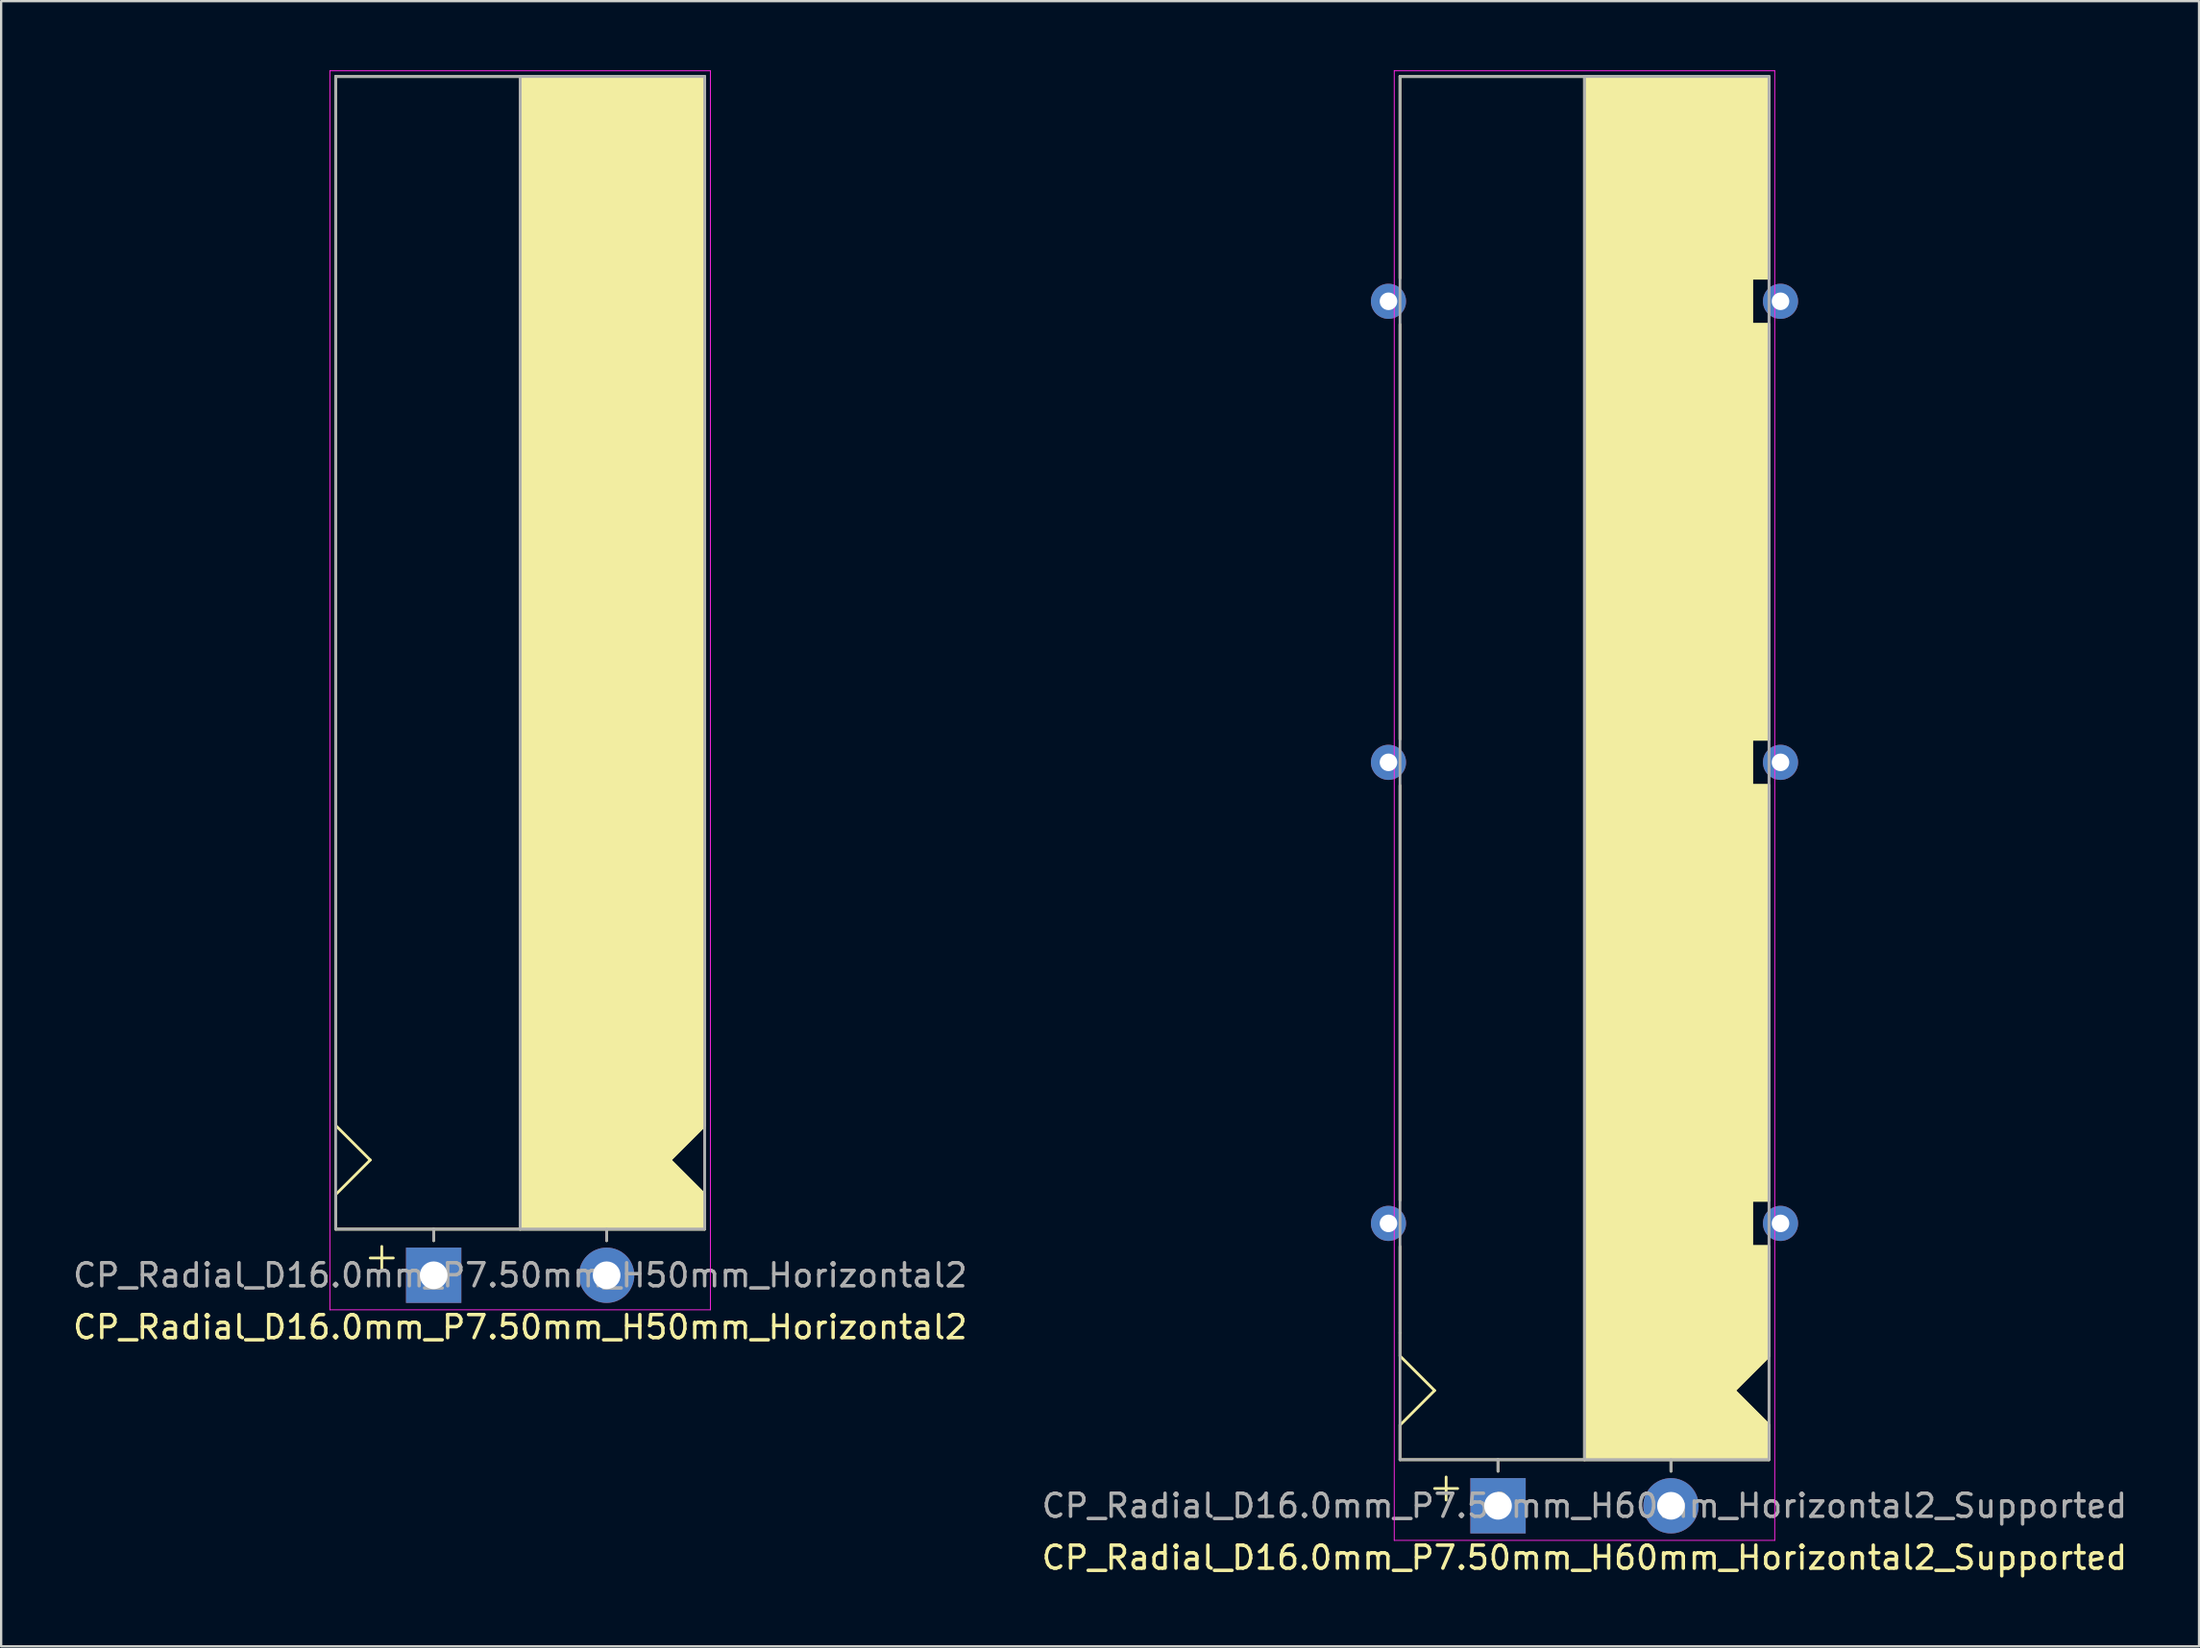
<source format=kicad_pcb>
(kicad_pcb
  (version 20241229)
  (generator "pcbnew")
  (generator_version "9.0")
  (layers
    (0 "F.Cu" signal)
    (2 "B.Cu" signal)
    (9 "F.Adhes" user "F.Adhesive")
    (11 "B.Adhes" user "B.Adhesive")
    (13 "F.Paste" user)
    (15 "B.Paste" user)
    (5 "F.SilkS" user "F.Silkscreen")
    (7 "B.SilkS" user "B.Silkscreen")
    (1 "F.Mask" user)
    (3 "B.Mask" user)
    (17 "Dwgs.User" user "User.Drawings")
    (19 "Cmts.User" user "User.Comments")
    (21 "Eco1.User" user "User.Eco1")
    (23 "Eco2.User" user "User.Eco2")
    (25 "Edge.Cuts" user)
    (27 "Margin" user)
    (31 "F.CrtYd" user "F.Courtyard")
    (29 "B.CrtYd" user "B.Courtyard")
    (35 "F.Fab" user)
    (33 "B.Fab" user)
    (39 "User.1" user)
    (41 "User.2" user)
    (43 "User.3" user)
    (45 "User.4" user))
  (footprint "CP_Radial_D16.0mm_P7.50mm_H60mm_Horizontal2_Supported"
    (layer "F.Cu")
    (at 61.911 62.27)
    (property "Reference" "CP_Radial_D16.0mm_P7.50mm_H60mm_Horizontal2_Supported" (at 3.75 2.25 0) (layer "F.SilkS") (effects (font (size 1 1) (thickness 0.15))))
    (attr through_hole)
    (fp_line (start -4.25 -53.25) (end -4.25 -62) (stroke (width 0.12) (type solid)) (layer "F.SilkS"))
    (fp_line (start -4.25 -33.25) (end -4.25 -51.25) (stroke (width 0.12) (type solid)) (layer "F.SilkS"))
    (fp_line (start -4.25 -31.25) (end -4.25 -13.25) (stroke (width 0.12) (type solid)) (layer "F.SilkS"))
    (fp_line (start -4.25 -7.5) (end -4.25 -11.25) (stroke (width 0.12) (type solid)) (layer "F.SilkS"))
    (fp_line (start -4.25 -6.5) (end -4.25 -7.5) (stroke (width 0.12) (type solid)) (layer "F.SilkS"))
    (fp_line (start -4.25 -3.5) (end -2.75 -5) (stroke (width 0.12) (type solid)) (layer "F.SilkS"))
    (fp_line (start -4.25 -2) (end -4.25 -3.5) (stroke (width 0.12) (type solid)) (layer "F.SilkS"))
    (fp_line (start -2.75 -5) (end -4.25 -6.5) (stroke (width 0.12) (type solid)) (layer "F.SilkS"))
    (fp_line (start -2.25 -1.25) (end -2.25 -0.25) (stroke (width 0.12) (type solid)) (layer "F.SilkS"))
    (fp_line (start -1.75 -0.75) (end -2.75 -0.75) (stroke (width 0.12) (type solid)) (layer "F.SilkS"))
    (fp_line (start 0 -1.5) (end 0 -2) (stroke (width 0.12) (type solid)) (layer "F.SilkS"))
    (fp_line (start 3.75 -2) (end -4.25 -2) (stroke (width 0.12) (type solid)) (layer "F.SilkS"))
    (fp_line (start 3.75 -2) (end 3.75 -62) (stroke (width 0.12) (type solid)) (layer "F.SilkS"))
    (fp_line (start 3.75 -2) (end 11.75 -2) (stroke (width 0.12) (type solid)) (layer "F.SilkS"))
    (fp_line (start 7.5 -1.5) (end 7.5 -2) (stroke (width 0.12) (type solid)) (layer "F.SilkS"))
    (fp_line (start 10.25 -5) (end 11.75 -6.5) (stroke (width 0.12) (type solid)) (layer "F.SilkS"))
    (fp_line (start 11 -53.25) (end 11 -51.25) (stroke (width 0.12) (type solid)) (layer "F.SilkS"))
    (fp_line (start 11 -51.25) (end 11.75 -51.25) (stroke (width 0.12) (type solid)) (layer "F.SilkS"))
    (fp_line (start 11 -33.25) (end 11 -31.25) (stroke (width 0.12) (type solid)) (layer "F.SilkS"))
    (fp_line (start 11 -31.25) (end 11.75 -31.25) (stroke (width 0.12) (type solid)) (layer "F.SilkS"))
    (fp_line (start 11 -13.25) (end 11 -11.25) (stroke (width 0.12) (type solid)) (layer "F.SilkS"))
    (fp_line (start 11 -11.25) (end 11.75 -11.25) (stroke (width 0.12) (type solid)) (layer "F.SilkS"))
    (fp_line (start 11.75 -62) (end -4.25 -62) (stroke (width 0.12) (type solid)) (layer "F.SilkS"))
    (fp_line (start 11.75 -62) (end 11.75 -53.25) (stroke (width 0.12) (type solid)) (layer "F.SilkS"))
    (fp_line (start 11.75 -53.25) (end 11 -53.25) (stroke (width 0.12) (type solid)) (layer "F.SilkS"))
    (fp_line (start 11.75 -33.25) (end 11 -33.25) (stroke (width 0.12) (type solid)) (layer "F.SilkS"))
    (fp_line (start 11.75 -33.25) (end 11.75 -51.25) (stroke (width 0.12) (type solid)) (layer "F.SilkS"))
    (fp_line (start 11.75 -13.25) (end 11 -13.25) (stroke (width 0.12) (type solid)) (layer "F.SilkS"))
    (fp_line (start 11.75 -13.25) (end 11.75 -31.25) (stroke (width 0.12) (type solid)) (layer "F.SilkS"))
    (fp_line (start 11.75 -11.25) (end 11.75 -6.5) (stroke (width 0.12) (type solid)) (layer "F.SilkS"))
    (fp_line (start 11.75 -3.5) (end 10.25 -5) (stroke (width 0.12) (type solid)) (layer "F.SilkS"))
    (fp_line (start 11.75 -2) (end 11.75 -3.5) (stroke (width 0.12) (type solid)) (layer "F.SilkS"))
    (fp_poly (pts (xy 11.75 -3.5) (xy 10.25 -5) (xy 11.75 -6.5) (xy 11.75 -11.25) (xy 11 -11.25) (xy 11 -13.25) (xy 11.75 -13.25) (xy 11.75 -31.25) (xy 11 -31.25) (xy 11 -33.25) (xy 11.75 -33.25) (xy 11.75 -51.25) (xy 11 -51.25) (xy 11 -53.25) (xy 11.75 -53.25) (xy 11.75 -62) (xy 3.75 -62) (xy 3.75 -2) (xy 11.75 -2)) (stroke (width 0.1) (type solid)) (fill yes) (layer "F.SilkS"))
    (fp_line (start -4.5 -62.25) (end -4.5 1.5) (stroke (width 0.04) (type solid)) (layer "F.CrtYd"))
    (fp_line (start -4.5 1.5) (end 12 1.5) (stroke (width 0.04) (type solid)) (layer "F.CrtYd"))
    (fp_line (start 12 -62.25) (end -4.5 -62.25) (stroke (width 0.04) (type solid)) (layer "F.CrtYd"))
    (fp_line (start 12 1.5) (end 12 -62.25) (stroke (width 0.04) (type solid)) (layer "F.CrtYd"))
    (fp_line (start -4.25 -62) (end 11.75 -62) (stroke (width 0.12) (type solid)) (layer "F.Fab"))
    (fp_line (start -4.25 -2) (end -4.25 -62) (stroke (width 0.12) (type solid)) (layer "F.Fab"))
    (fp_line (start 0 -2) (end -4.25 -2) (stroke (width 0.12) (type solid)) (layer "F.Fab"))
    (fp_line (start 0 -1.5) (end 0 -2) (stroke (width 0.12) (type solid)) (layer "F.Fab"))
    (fp_line (start 3.75 -2) (end 3.75 -62) (stroke (width 0.12) (type solid)) (layer "F.Fab"))
    (fp_line (start 7.5 -1.5) (end 7.5 -2) (stroke (width 0.12) (type solid)) (layer "F.Fab"))
    (fp_line (start 11.75 -62) (end 11.75 -2) (stroke (width 0.12) (type solid)) (layer "F.Fab"))
    (fp_line (start 11.75 -2) (end 0 -2) (stroke (width 0.12) (type solid)) (layer "F.Fab"))
    (fp_poly (pts (xy 11.75 -62) (xy 3.75 -62) (xy 3.75 -2) (xy 11.75 -2)) (stroke (width 0.1) (type solid)) (fill no) (layer "F.Fab"))
    (fp_text user "${REFERENCE}" (at 3.75 0 0) (layer "F.Fab") (effects (font (size 1 1) (thickness 0.15))))
    (pad "" thru_hole circle (at -4.75 -52.25 270) (size 1.524 1.524) (drill 0.762) (layers "*.Cu" "*.Mask"))
    (pad "" thru_hole circle (at -4.75 -32.25 180) (size 1.524 1.524) (drill 0.762) (layers "*.Cu" "*.Mask"))
    (pad "" thru_hole circle (at -4.75 -12.25 180) (size 1.524 1.524) (drill 0.762) (layers "*.Cu" "*.Mask"))
    (pad "" thru_hole circle (at 12.25 -52.25 180) (size 1.524 1.524) (drill 0.762) (layers "*.Cu" "*.Mask"))
    (pad "" thru_hole circle (at 12.25 -32.25 180) (size 1.524 1.524) (drill 0.762) (layers "*.Cu" "*.Mask"))
    (pad "" thru_hole circle (at 12.25 -12.25 180) (size 1.524 1.524) (drill 0.762) (layers "*.Cu" "*.Mask"))
    (pad "1" thru_hole rect (at 0 0) (size 2.4 2.4) (drill 1.2) (layers "*.Cu" "*.Mask"))
    (pad "2" thru_hole circle (at 7.5 0) (size 2.4 2.4) (drill 1.2) (layers "*.Cu" "*.Mask")))
  (footprint "CP_Radial_D16.0mm_P7.50mm_H50mm_Horizontal2"
    (layer "F.Cu")
    (at 15.756 52.27)
    (property "Reference" "CP_Radial_D16.0mm_P7.50mm_H50mm_Horizontal2" (at 3.75 2.25 0) (layer "F.SilkS") (effects (font (size 1 1) (thickness 0.15))))
    (attr through_hole)
    (fp_line (start -4.25 -7.5) (end -4.25 -52) (stroke (width 0.12) (type solid)) (layer "F.SilkS"))
    (fp_line (start -4.25 -6.5) (end -4.25 -7.5) (stroke (width 0.12) (type solid)) (layer "F.SilkS"))
    (fp_line (start -4.25 -3.5) (end -2.75 -5) (stroke (width 0.12) (type solid)) (layer "F.SilkS"))
    (fp_line (start -4.25 -2) (end -4.25 -3.5) (stroke (width 0.12) (type solid)) (layer "F.SilkS"))
    (fp_line (start -2.75 -5) (end -4.25 -6.5) (stroke (width 0.12) (type solid)) (layer "F.SilkS"))
    (fp_line (start -2.25 -1.25) (end -2.25 -0.25) (stroke (width 0.12) (type solid)) (layer "F.SilkS"))
    (fp_line (start -1.75 -0.75) (end -2.75 -0.75) (stroke (width 0.12) (type solid)) (layer "F.SilkS"))
    (fp_line (start 0 -1.5) (end 0 -2) (stroke (width 0.12) (type solid)) (layer "F.SilkS"))
    (fp_line (start 3.75 -2) (end -4.25 -2) (stroke (width 0.12) (type solid)) (layer "F.SilkS"))
    (fp_line (start 3.75 -2) (end 3.75 -52) (stroke (width 0.12) (type solid)) (layer "F.SilkS"))
    (fp_line (start 3.75 -2) (end 11.75 -2) (stroke (width 0.12) (type solid)) (layer "F.SilkS"))
    (fp_line (start 7.5 -1.5) (end 7.5 -2) (stroke (width 0.12) (type solid)) (layer "F.SilkS"))
    (fp_line (start 10.25 -5) (end 11.75 -6.5) (stroke (width 0.12) (type solid)) (layer "F.SilkS"))
    (fp_line (start 11.75 -52) (end -4.25 -52) (stroke (width 0.12) (type solid)) (layer "F.SilkS"))
    (fp_line (start 11.75 -52) (end 11.75 -6.5) (stroke (width 0.12) (type solid)) (layer "F.SilkS"))
    (fp_line (start 11.75 -3.5) (end 10.25 -5) (stroke (width 0.12) (type solid)) (layer "F.SilkS"))
    (fp_line (start 11.75 -2) (end 11.75 -3.5) (stroke (width 0.12) (type solid)) (layer "F.SilkS"))
    (fp_poly (pts (xy 11.75 -3.5) (xy 10.25 -5) (xy 11.75 -6.5) (xy 11.75 -52) (xy 3.75 -52) (xy 3.75 -2) (xy 11.75 -2)) (stroke (width 0.1) (type solid)) (fill yes) (layer "F.SilkS"))
    (fp_line (start -4.5 -52.25) (end -4.5 1.5) (stroke (width 0.04) (type solid)) (layer "F.CrtYd"))
    (fp_line (start -4.5 1.5) (end 12 1.5) (stroke (width 0.04) (type solid)) (layer "F.CrtYd"))
    (fp_line (start 12 -52.25) (end -4.5 -52.25) (stroke (width 0.04) (type solid)) (layer "F.CrtYd"))
    (fp_line (start 12 1.5) (end 12 -52.25) (stroke (width 0.04) (type solid)) (layer "F.CrtYd"))
    (fp_line (start -4.25 -52) (end 11.75 -52) (stroke (width 0.12) (type solid)) (layer "F.Fab"))
    (fp_line (start -4.25 -2) (end -4.25 -52) (stroke (width 0.12) (type solid)) (layer "F.Fab"))
    (fp_line (start 0 -2) (end -4.25 -2) (stroke (width 0.12) (type solid)) (layer "F.Fab"))
    (fp_line (start 0 -1.5) (end 0 -2) (stroke (width 0.12) (type solid)) (layer "F.Fab"))
    (fp_line (start 3.75 -2) (end 3.75 -52) (stroke (width 0.12) (type solid)) (layer "F.Fab"))
    (fp_line (start 7.5 -1.5) (end 7.5 -2) (stroke (width 0.12) (type solid)) (layer "F.Fab"))
    (fp_line (start 11.75 -52) (end 11.75 -2) (stroke (width 0.12) (type solid)) (layer "F.Fab"))
    (fp_line (start 11.75 -2) (end 0 -2) (stroke (width 0.12) (type solid)) (layer "F.Fab"))
    (fp_poly (pts (xy 11.75 -52) (xy 3.75 -52) (xy 3.75 -2) (xy 11.75 -2)) (stroke (width 0.1) (type solid)) (fill no) (layer "F.Fab"))
    (fp_text user "${REFERENCE}" (at 3.75 0 0) (layer "F.Fab") (effects (font (size 1 1) (thickness 0.15))))
    (pad "1" thru_hole rect (at 0 0) (size 2.4 2.4) (drill 1.2) (layers "*.Cu" "*.Mask"))
    (pad "2" thru_hole circle (at 7.5 0) (size 2.4 2.4) (drill 1.2) (layers "*.Cu" "*.Mask")))
  (gr_rect
    (start -3 -3)
    (end 92.31 68.368)
    (stroke (width 0.1) (type default))
    (fill no)
    (layer "Edge.Cuts")))
</source>
